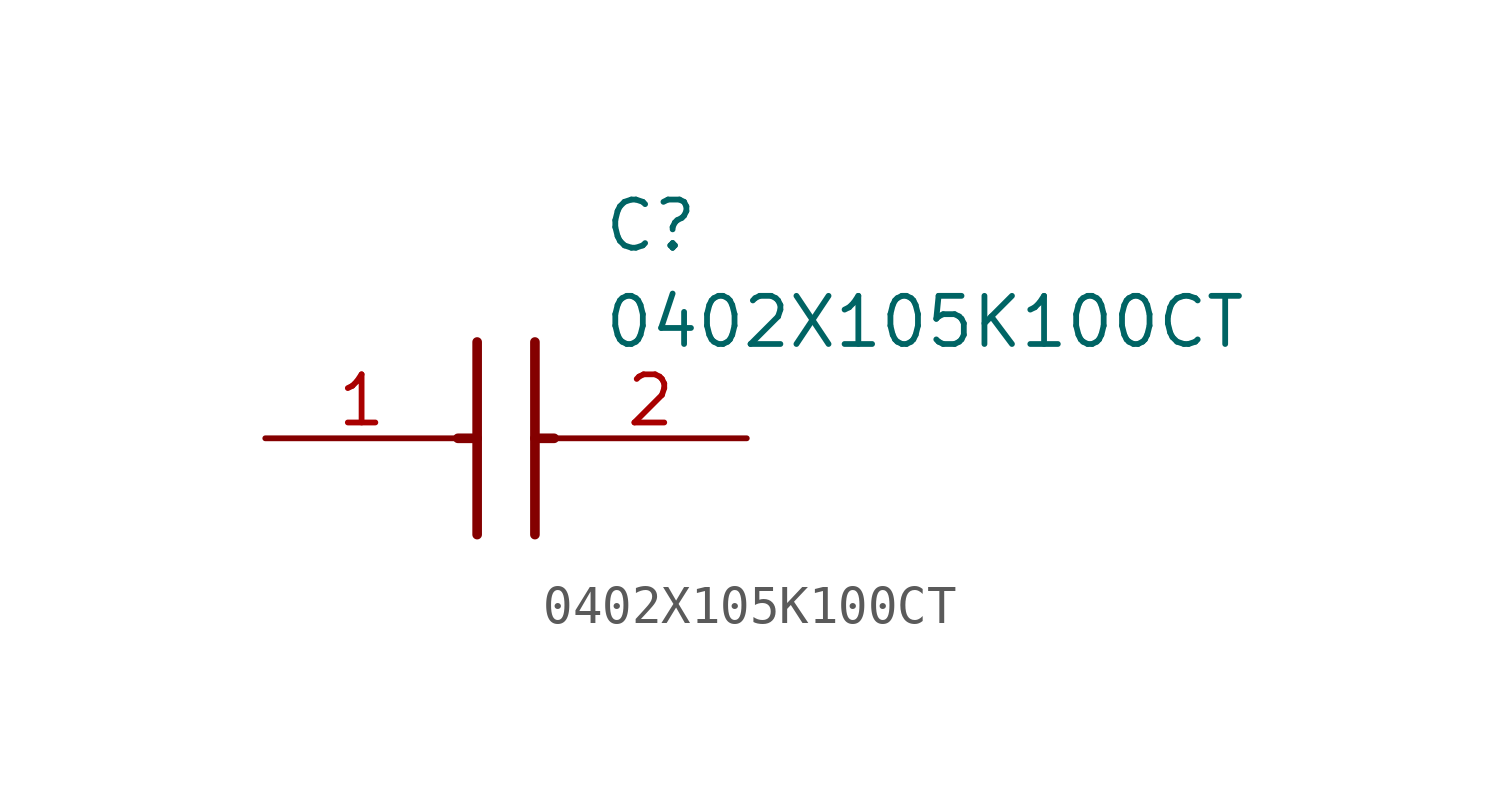
<source format=kicad_sym>
(kicad_symbol_lib
  (version 20211014)
  (generator SamacSys_ECAD_Model)
  (symbol "0402X105K100CT"
    (pin_names hide)
    (property "Reference" "C"
      (at 8.89 6.35 0)
      (effects (font (size 1.27 1.27)) (justify left top)))
    (property "Value" "0402X105K100CT"
      (at 8.89 3.81 0)
      (effects (font (size 1.27 1.27)) (justify left top)))
    (polyline
      (pts (xy 5.588 2.54) (xy 5.588 -2.54))
      (stroke (width 0.254) (type default))
      (fill (type none)))
    (polyline
      (pts (xy 7.112 2.54) (xy 7.112 -2.54))
      (stroke (width 0.254) (type default))
      (fill (type none)))
    (polyline
      (pts (xy 5.08 0) (xy 5.588 0))
      (stroke (width 0.254) (type default))
      (fill (type none)))
    (polyline
      (pts (xy 7.112 0) (xy 7.62 0))
      (stroke (width 0.254) (type default))
      (fill (type none)))
    (pin passive line
      (at 0 0 0)
      (length 5.08)
      (name "1" (effects (font (size 1.27 1.27))))
      (number "1" (effects (font (size 1.27 1.27)))))
    (pin passive line
      (at 12.7 0 180)
      (length 5.08)
      (name "2" (effects (font (size 1.27 1.27))))
      (number "2" (effects (font (size 1.27 1.27)))))))
</source>
